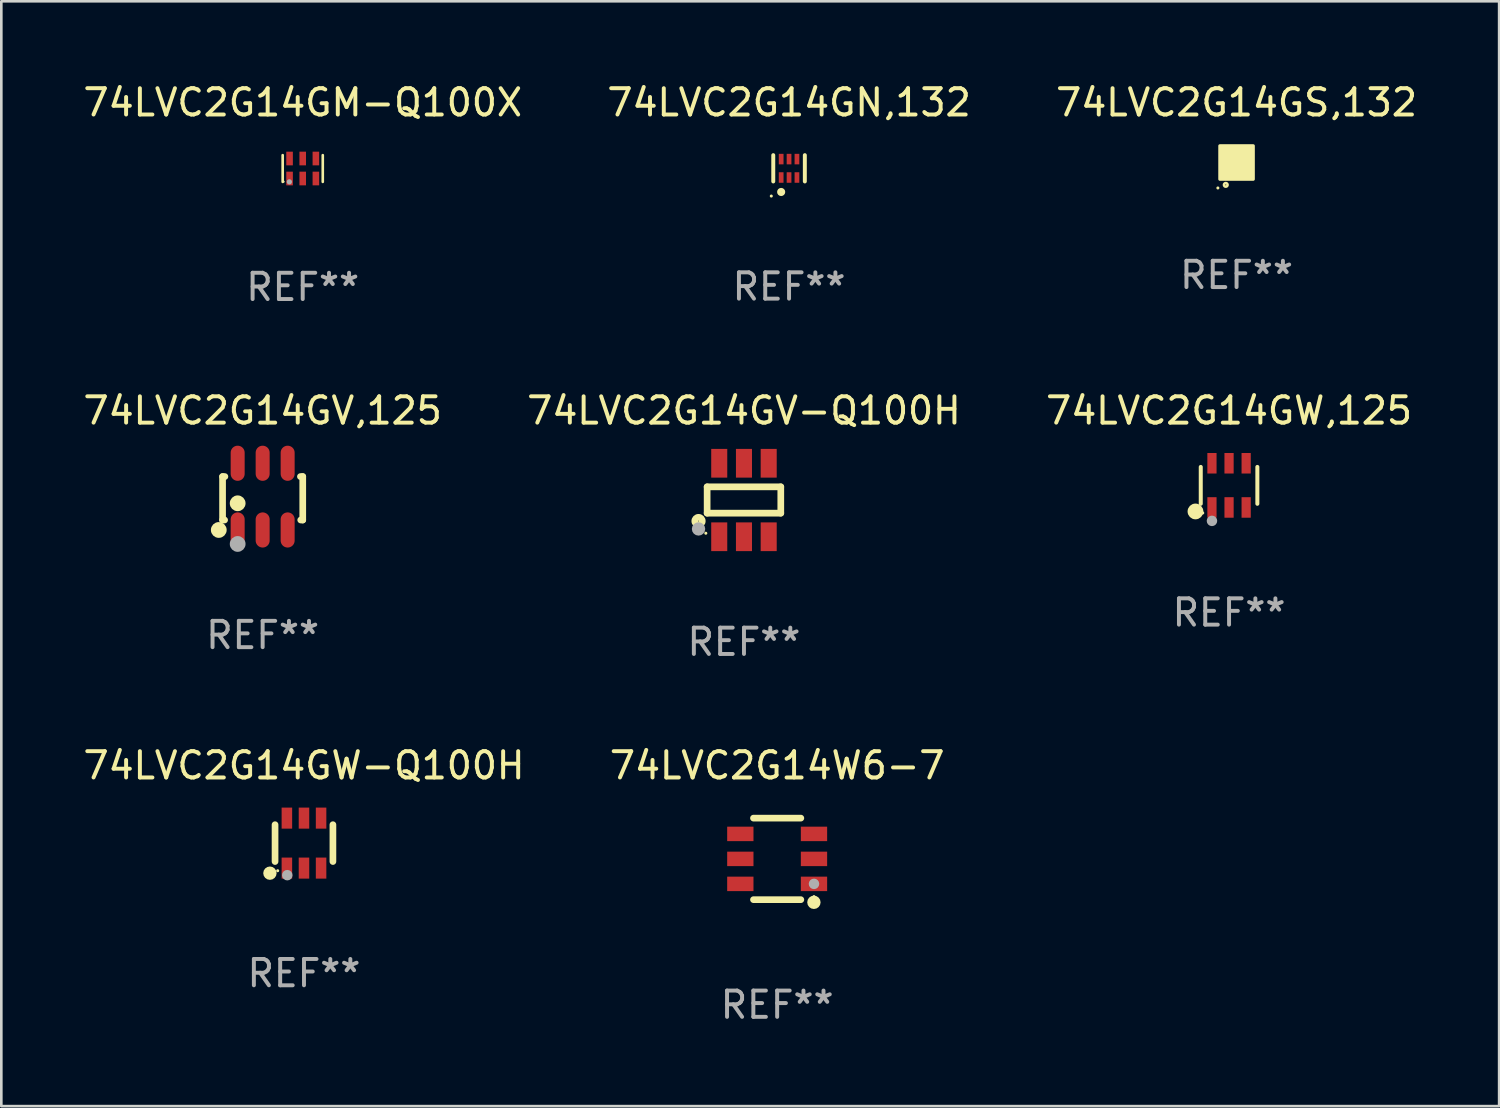
<source format=kicad_pcb>
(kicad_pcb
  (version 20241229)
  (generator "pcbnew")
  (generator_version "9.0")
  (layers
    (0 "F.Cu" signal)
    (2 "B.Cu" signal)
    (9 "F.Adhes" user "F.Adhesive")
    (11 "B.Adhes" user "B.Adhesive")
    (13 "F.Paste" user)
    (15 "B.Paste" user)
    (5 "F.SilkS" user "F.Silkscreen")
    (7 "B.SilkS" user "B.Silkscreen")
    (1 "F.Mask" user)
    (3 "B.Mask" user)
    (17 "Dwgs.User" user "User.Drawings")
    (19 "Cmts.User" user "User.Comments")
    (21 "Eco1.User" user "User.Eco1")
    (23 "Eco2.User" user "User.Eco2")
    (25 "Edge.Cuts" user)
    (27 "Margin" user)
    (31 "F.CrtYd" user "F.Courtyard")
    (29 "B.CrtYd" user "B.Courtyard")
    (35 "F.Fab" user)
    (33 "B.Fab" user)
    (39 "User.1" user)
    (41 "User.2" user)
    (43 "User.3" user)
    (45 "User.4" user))
  (footprint "74LVC2G14GV-Q100H"
    (layer "F.Cu")
    (at 25.232 15.958)
    (property "Reference" "74LVC2G14GV-Q100H" (at 0 -3.397 0) (layer "F.SilkS") (effects (font (size 1 1) (thickness 0.15))))
    (attr through_hole)
    (fp_line (start -1.4 -0.501) (end -1.4 0.5) (stroke (width 0.254) (type solid)) (layer "F.SilkS"))
    (fp_line (start -1.4 0.5) (end 1.4 0.5) (stroke (width 0.254) (type solid)) (layer "F.SilkS"))
    (fp_line (start 1.4 -0.501) (end -1.4 -0.501) (stroke (width 0.254) (type solid)) (layer "F.SilkS"))
    (fp_line (start 1.4 0.5) (end 1.4 -0.501) (stroke (width 0.254) (type solid)) (layer "F.SilkS"))
    (fp_circle (center -1.727 0.8) (end -1.585 0.8) (stroke (width 0.254) (type solid)) (fill no) (layer "F.SilkS"))
    (fp_circle (center -1.45 1.263) (end -1.42 1.263) (stroke (width 0.06) (type solid)) (fill no) (layer "F.SilkS"))
    (fp_circle (center -1.727 1.1) (end -1.6 1.1) (stroke (width 0.254) (type solid)) (fill no) (layer "F.Fab"))
    (fp_text user "REF**" (at 0 5.397 0) (layer "F.Fab") (effects (font (size 1 1) (thickness 0.15))))
    (pad "1" smd rect (at -0.94 1.397 180) (size 0.61 1.092) (layers "F.Cu" "F.Mask" "F.Paste"))
    (pad "2" smd rect (at 0.000127 1.397 180) (size 0.61 1.092) (layers "F.Cu" "F.Mask" "F.Paste"))
    (pad "3" smd rect (at 0.94 1.397 180) (size 0.61 1.092) (layers "F.Cu" "F.Mask" "F.Paste"))
    (pad "4" smd rect (at 0.94 -1.397 180) (size 0.61 1.092) (layers "F.Cu" "F.Mask" "F.Paste"))
    (pad "5" smd rect (at 0.000127 -1.397 180) (size 0.61 1.092) (layers "F.Cu" "F.Mask" "F.Paste"))
    (pad "6" smd rect (at -0.94 -1.397 180) (size 0.61 1.092) (layers "F.Cu" "F.Mask" "F.Paste")))
  (footprint "74LVC2G14GW-Q100H"
    (layer "F.Cu")
    (at 8.506 29.001)
    (property "Reference" "74LVC2G14GW-Q100H" (at 0 -2.95 0) (layer "F.SilkS") (effects (font (size 1 1) (thickness 0.15))))
    (attr through_hole)
    (fp_line (start -1.1 -0.7) (end -1.1 0.7) (stroke (width 0.254) (type solid)) (layer "F.SilkS"))
    (fp_line (start 1.1 -0.7) (end 1.1 0.7) (stroke (width 0.254) (type solid)) (layer "F.SilkS"))
    (fp_circle (center -1.295 1.143) (end -1.168 1.143) (stroke (width 0.254) (type solid)) (fill no) (layer "F.SilkS"))
    (fp_circle (center -1 1.05) (end -0.97 1.05) (stroke (width 0.06) (type solid)) (fill no) (layer "F.SilkS"))
    (fp_circle (center -0.635 1.219) (end -0.535 1.219) (stroke (width 0.2) (type solid)) (fill no) (layer "F.Fab"))
    (fp_text user "REF**" (at 0 4.95 0) (layer "F.Fab") (effects (font (size 1 1) (thickness 0.15))))
    (pad "1" smd rect (at -0.65 0.95) (size 0.4 0.8) (layers "F.Cu" "F.Mask" "F.Paste"))
    (pad "2" smd rect (at 0 0.95) (size 0.4 0.8) (layers "F.Cu" "F.Mask" "F.Paste"))
    (pad "3" smd rect (at 0.65 0.95) (size 0.4 0.8) (layers "F.Cu" "F.Mask" "F.Paste"))
    (pad "4" smd rect (at 0.65 -0.95) (size 0.4 0.8) (layers "F.Cu" "F.Mask" "F.Paste"))
    (pad "5" smd rect (at 0 -0.95) (size 0.4 0.8) (layers "F.Cu" "F.Mask" "F.Paste"))
    (pad "6" smd rect (at -0.65 -0.95) (size 0.4 0.8) (layers "F.Cu" "F.Mask" "F.Paste")))
  (footprint "74LVC2G14GS,132"
    (layer "F.Cu")
    (at 43.958 3.128)
    (property "Reference" "74LVC2G14GS,132" (at 0 -2.28 0) (layer "F.SilkS") (effects (font (size 1 1) (thickness 0.15))))
    (attr through_hole)
    (fp_circle (center -0.71 0.968) (end -0.68 0.968) (stroke (width 0.06) (type solid)) (fill no) (layer "F.SilkS"))
    (fp_circle (center -0.41 0.85) (end -0.342 0.85) (stroke (width 0.1) (type solid)) (fill no) (layer "F.SilkS"))
    (fp_poly (pts (xy -0.635 -0.635) (xy 0.635 -0.635) (xy 0.635 0.635) (xy -0.635 0.635)) (stroke (width 0.12) (type solid)) (fill yes) (layer "F.SilkS"))
    (fp_text user "REF**" (at 0 4.28 0) (layer "F.Fab") (effects (font (size 1 1) (thickness 0.15))))
    (pad "1" smd rect (at -0.35 0.28 90) (size 0.35 0.2) (layers "F.Cu" "F.Mask" "F.Paste"))
    (pad "2" smd rect (at 0 0.28 90) (size 0.35 0.2) (layers "F.Cu" "F.Mask" "F.Paste"))
    (pad "3" smd rect (at 0.35 0.28 90) (size 0.35 0.2) (layers "F.Cu" "F.Mask" "F.Paste"))
    (pad "4" smd rect (at 0.35 -0.28 90) (size 0.35 0.2) (layers "F.Cu" "F.Mask" "F.Paste"))
    (pad "5" smd rect (at 0 -0.28 90) (size 0.35 0.2) (layers "F.Cu" "F.Mask" "F.Paste"))
    (pad "6" smd rect (at -0.35 -0.28 90) (size 0.35 0.2) (layers "F.Cu" "F.Mask" "F.Paste")))
  (footprint "74LVC2G14W6-7"
    (layer "F.Cu")
    (at 26.494 29.601)
    (property "Reference" "74LVC2G14W6-7" (at 0 -3.55 0) (layer "F.SilkS") (effects (font (size 1 1) (thickness 0.15))))
    (attr through_hole)
    (fp_line (start -0.9 -1.55) (end 0.9 -1.55) (stroke (width 0.254) (type solid)) (layer "F.SilkS"))
    (fp_line (start -0.9 1.55) (end 0.9 1.55) (stroke (width 0.254) (type solid)) (layer "F.SilkS"))
    (fp_circle (center 1.397 1.651) (end 1.524 1.651) (stroke (width 0.254) (type solid)) (fill no) (layer "F.SilkS"))
    (fp_circle (center 1.4 1.435) (end 1.43 1.435) (stroke (width 0.06) (type solid)) (fill no) (layer "F.SilkS"))
    (fp_circle (center 1.4 0.95) (end 1.5 0.95) (stroke (width 0.2) (type solid)) (fill no) (layer "F.Fab"))
    (fp_text user "REF**" (at 0 5.55 0) (layer "F.Fab") (effects (font (size 1 1) (thickness 0.15))))
    (pad "1" smd rect (at 1.4 0.95) (size 1 0.55) (layers "F.Cu" "F.Mask" "F.Paste"))
    (pad "2" smd rect (at 1.4 -0.000102) (size 1 0.55) (layers "F.Cu" "F.Mask" "F.Paste"))
    (pad "3" smd rect (at 1.4 -0.95) (size 1 0.55) (layers "F.Cu" "F.Mask" "F.Paste"))
    (pad "4" smd rect (at -1.4 -0.95) (size 1 0.55) (layers "F.Cu" "F.Mask" "F.Paste"))
    (pad "5" smd rect (at -1.4 -0.000102) (size 1 0.55) (layers "F.Cu" "F.Mask" "F.Paste"))
    (pad "6" smd rect (at -1.4 0.95) (size 1 0.55) (layers "F.Cu" "F.Mask" "F.Paste")))
  (footprint "74LVC2G14GM-Q100X"
    (layer "F.Cu")
    (at 8.458 3.356)
    (property "Reference" "74LVC2G14GM-Q100X" (at 0 -2.508 0) (layer "F.SilkS") (effects (font (size 1 1) (thickness 0.15))))
    (attr through_hole)
    (fp_line (start -0.762 -0.508) (end -0.762 0.508) (stroke (width 0.1) (type solid)) (layer "F.SilkS"))
    (fp_line (start 0.762 -0.508) (end 0.762 0.508) (stroke (width 0.1) (type solid)) (layer "F.SilkS"))
    (fp_circle (center -0.725 0.5) (end -0.705 0.5) (stroke (width 0.04) (type solid)) (fill no) (layer "F.SilkS"))
    (fp_circle (center -0.508 0.508) (end -0.458 0.508) (stroke (width 0.1) (type solid)) (fill no) (layer "F.Fab"))
    (fp_text user "REF**" (at 0 4.508 0) (layer "F.Fab") (effects (font (size 1 1) (thickness 0.15))))
    (pad "1" smd rect (at -0.5 0.38) (size 0.25 0.52) (layers "F.Cu" "F.Mask" "F.Paste"))
    (pad "2" smd rect (at -0.000127 0.38) (size 0.25 0.52) (layers "F.Cu" "F.Mask" "F.Paste"))
    (pad "3" smd rect (at 0.5 0.38) (size 0.25 0.52) (layers "F.Cu" "F.Mask" "F.Paste"))
    (pad "4" smd rect (at 0.5 -0.38 180) (size 0.25 0.52) (layers "F.Cu" "F.Mask" "F.Paste"))
    (pad "5" smd rect (at -0.000127 -0.38 180) (size 0.25 0.52) (layers "F.Cu" "F.Mask" "F.Paste"))
    (pad "6" smd rect (at -0.5 -0.38 180) (size 0.25 0.52) (layers "F.Cu" "F.Mask" "F.Paste")))
  (footprint "74LVC2G14GW,125"
    (layer "F.Cu")
    (at 43.673 15.401)
    (property "Reference" "74LVC2G14GW,125" (at 0 -2.84 0) (layer "F.SilkS") (effects (font (size 1 1) (thickness 0.15))))
    (attr through_hole)
    (fp_line (start -1.076 0.701) (end -1.076 -0.701) (stroke (width 0.152) (type solid)) (layer "F.SilkS"))
    (fp_line (start 1.076 0.701) (end 1.076 -0.701) (stroke (width 0.152) (type solid)) (layer "F.SilkS"))
    (fp_circle (center -1.277 0.992) (end -1.127 0.992) (stroke (width 0.3) (type solid)) (fill no) (layer "F.SilkS"))
    (fp_circle (center -1 1.05) (end -0.97 1.05) (stroke (width 0.06) (type solid)) (fill no) (layer "F.SilkS"))
    (fp_circle (center -0.65 1.35) (end -0.55 1.35) (stroke (width 0.2) (type solid)) (fill no) (layer "F.Fab"))
    (fp_text user "REF**" (at 0 4.84 0) (layer "F.Fab") (effects (font (size 1 1) (thickness 0.15))))
    (pad "1" smd rect (at -0.65 0.84) (size 0.35 0.78) (layers "F.Cu" "F.Mask" "F.Paste"))
    (pad "2" smd rect (at 0 0.84) (size 0.35 0.78) (layers "F.Cu" "F.Mask" "F.Paste"))
    (pad "3" smd rect (at 0.65 0.84) (size 0.35 0.78) (layers "F.Cu" "F.Mask" "F.Paste"))
    (pad "4" smd rect (at 0.65 -0.84) (size 0.35 0.78) (layers "F.Cu" "F.Mask" "F.Paste"))
    (pad "5" smd rect (at 0 -0.84) (size 0.35 0.78) (layers "F.Cu" "F.Mask" "F.Paste"))
    (pad "6" smd rect (at -0.65 -0.84) (size 0.35 0.78) (layers "F.Cu" "F.Mask" "F.Paste")))
  (footprint "74LVC2G14GV,125"
    (layer "F.Cu")
    (at 6.935 15.829)
    (property "Reference" "74LVC2G14GV,125" (at 0 -3.268 0) (layer "F.SilkS") (effects (font (size 1 1) (thickness 0.15))))
    (attr through_hole)
    (fp_line (start -1.524 -0.762) (end -1.524 0.889) (stroke (width 0.254) (type solid)) (layer "F.SilkS"))
    (fp_line (start -1.524 0.889) (end -1.447 0.889) (stroke (width 0.254) (type solid)) (layer "F.SilkS"))
    (fp_line (start -1.436 -0.762) (end -1.524 -0.762) (stroke (width 0.254) (type solid)) (layer "F.SilkS"))
    (fp_line (start 1.447 0.889) (end 1.524 0.889) (stroke (width 0.254) (type solid)) (layer "F.SilkS"))
    (fp_line (start 1.524 -0.762) (end 1.436 -0.762) (stroke (width 0.254) (type solid)) (layer "F.SilkS"))
    (fp_line (start 1.524 0.889) (end 1.524 -0.762) (stroke (width 0.254) (type solid)) (layer "F.SilkS"))
    (fp_circle (center -1.668 1.268) (end -1.518 1.268) (stroke (width 0.3) (type solid)) (fill no) (layer "F.SilkS"))
    (fp_circle (center -1.5 1.375) (end -1.47 1.375) (stroke (width 0.06) (type solid)) (fill no) (layer "F.SilkS"))
    (fp_circle (center -0.95 0.254) (end -0.8 0.254) (stroke (width 0.3) (type solid)) (fill no) (layer "F.SilkS"))
    (fp_circle (center -0.95 1.8) (end -0.8 1.8) (stroke (width 0.3) (type solid)) (fill no) (layer "F.Fab"))
    (fp_text user "REF**" (at 0 5.268 0) (layer "F.Fab") (effects (font (size 1 1) (thickness 0.15))))
    (pad "1" smd oval (at -0.95 1.268) (size 0.532 1.336) (layers "F.Cu" "F.Mask" "F.Paste"))
    (pad "2" smd oval (at 0 1.268) (size 0.532 1.336) (layers "F.Cu" "F.Mask" "F.Paste"))
    (pad "3" smd oval (at 0.95 1.268) (size 0.532 1.336) (layers "F.Cu" "F.Mask" "F.Paste"))
    (pad "4" smd oval (at 0.95 -1.268) (size 0.532 1.336) (layers "F.Cu" "F.Mask" "F.Paste"))
    (pad "5" smd oval (at 0 -1.268) (size 0.532 1.336) (layers "F.Cu" "F.Mask" "F.Paste"))
    (pad "6" smd oval (at -0.95 -1.268) (size 0.532 1.336) (layers "F.Cu" "F.Mask" "F.Paste")))
  (footprint "74LVC2G14GN,132"
    (layer "F.Cu")
    (at 26.946 3.348)
    (property "Reference" "74LVC2G14GN,132" (at 0 -2.5 0) (layer "F.SilkS") (effects (font (size 1 1) (thickness 0.15))))
    (attr through_hole)
    (fp_line (start -0.6 -0.5) (end -0.6 0.5) (stroke (width 0.15) (type solid)) (layer "F.SilkS"))
    (fp_line (start 0.6 0.5) (end 0.6 -0.5) (stroke (width 0.15) (type solid)) (layer "F.SilkS"))
    (fp_circle (center -0.675 1.055) (end -0.645 1.055) (stroke (width 0.06) (type solid)) (fill no) (layer "F.SilkS"))
    (fp_circle (center -0.3 0.9) (end -0.22 0.9) (stroke (width 0.15) (type solid)) (fill no) (layer "F.SilkS"))
    (fp_text user "REF**" (at 0 4.5 0) (layer "F.Fab") (effects (font (size 1 1) (thickness 0.15))))
    (pad "1" smd rect (at -0.3 0.35) (size 0.18 0.4) (layers "F.Cu" "F.Mask" "F.Paste"))
    (pad "2" smd rect (at 0.000025 0.35) (size 0.18 0.4) (layers "F.Cu" "F.Mask" "F.Paste"))
    (pad "3" smd rect (at 0.3 0.35) (size 0.18 0.4) (layers "F.Cu" "F.Mask" "F.Paste"))
    (pad "4" smd rect (at 0.3 -0.35) (size 0.18 0.4) (layers "F.Cu" "F.Mask" "F.Paste"))
    (pad "5" smd rect (at 0.000025 -0.35) (size 0.18 0.4) (layers "F.Cu" "F.Mask" "F.Paste"))
    (pad "6" smd rect (at -0.3 -0.35) (size 0.18 0.4) (layers "F.Cu" "F.Mask" "F.Paste")))
  (gr_rect
    (start -3 -3)
    (end 53.94 39)
    (stroke (width 0.1) (type default))
    (fill no)
    (layer "Edge.Cuts")))
</source>
